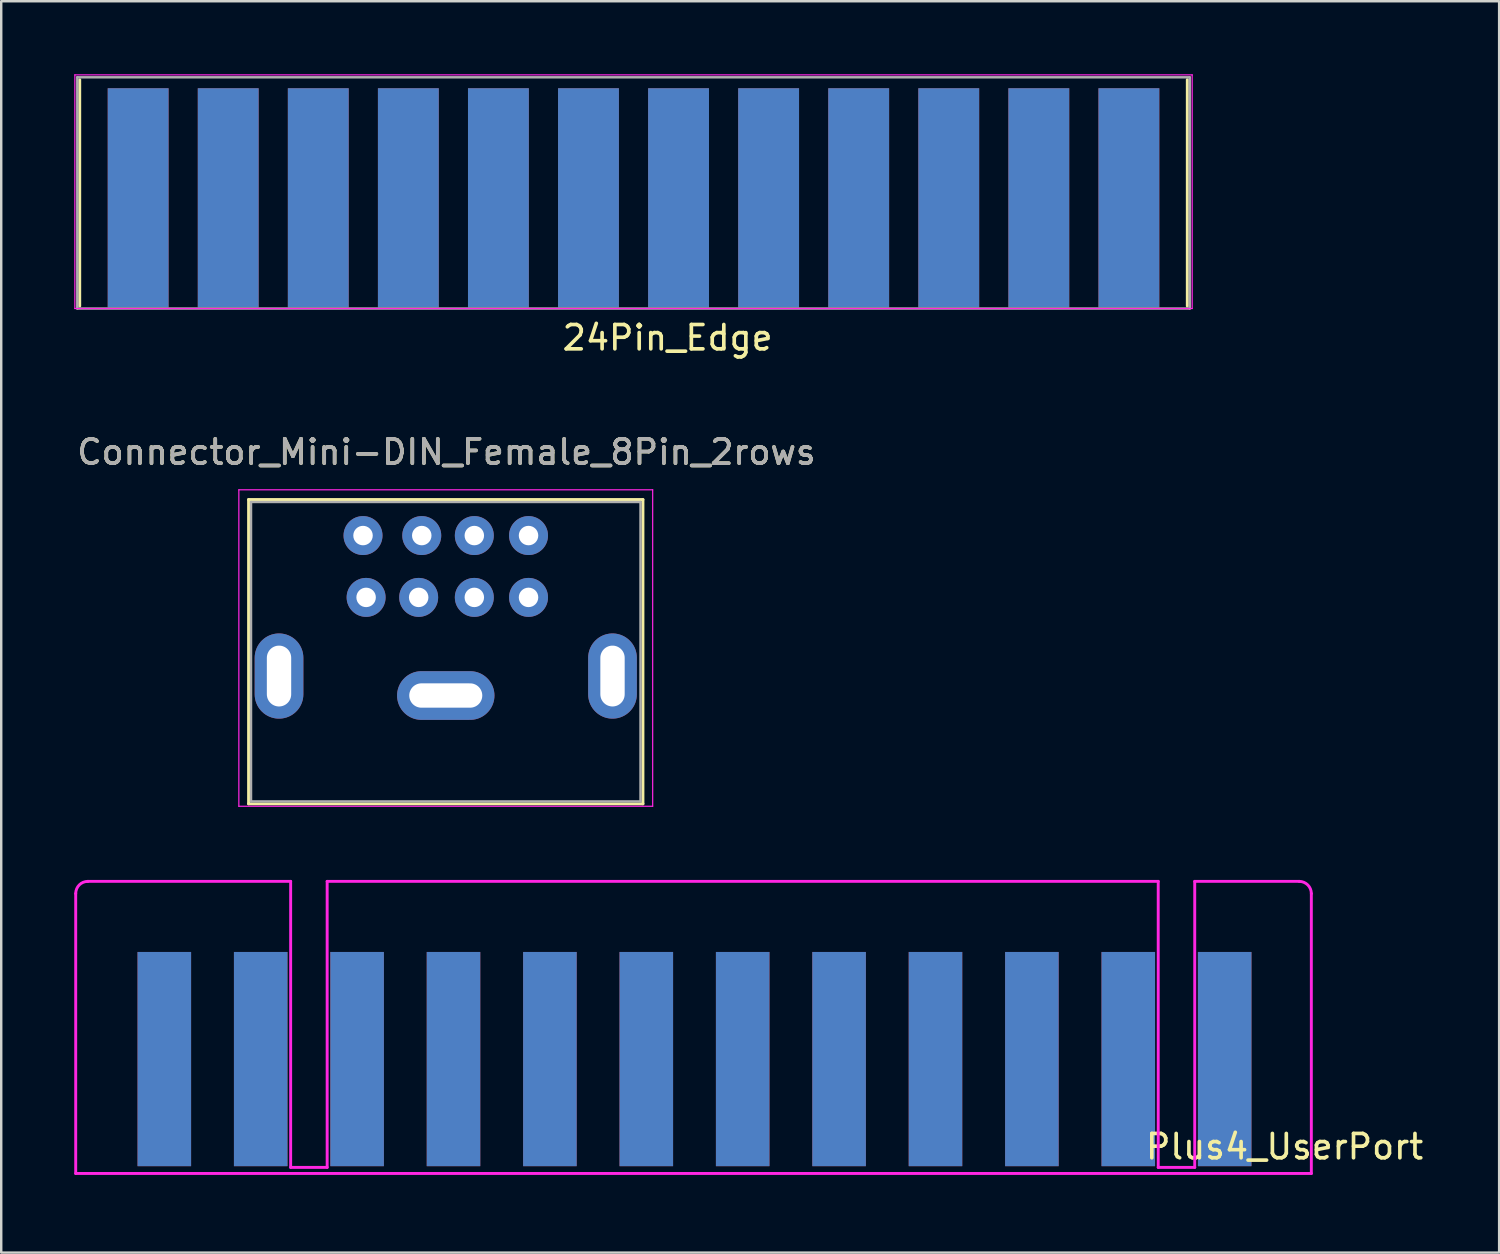
<source format=kicad_pcb>
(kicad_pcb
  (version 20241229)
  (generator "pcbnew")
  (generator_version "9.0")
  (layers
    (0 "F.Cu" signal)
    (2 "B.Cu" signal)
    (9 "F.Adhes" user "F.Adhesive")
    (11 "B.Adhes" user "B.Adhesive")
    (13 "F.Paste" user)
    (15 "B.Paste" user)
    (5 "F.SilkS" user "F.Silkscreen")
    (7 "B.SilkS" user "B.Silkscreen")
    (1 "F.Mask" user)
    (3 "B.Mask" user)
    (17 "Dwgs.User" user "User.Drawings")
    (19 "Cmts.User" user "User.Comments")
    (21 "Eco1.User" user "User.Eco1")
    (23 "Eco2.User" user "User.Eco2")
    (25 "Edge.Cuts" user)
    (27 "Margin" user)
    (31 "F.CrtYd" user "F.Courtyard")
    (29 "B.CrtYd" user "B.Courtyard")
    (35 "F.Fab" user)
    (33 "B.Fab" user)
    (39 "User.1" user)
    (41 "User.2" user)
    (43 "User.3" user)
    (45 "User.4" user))
  (footprint "24Pin_Edge"
    (layer "F.Cu")
    (at 43.125 5.825)
    (property "Reference" "24Pin_Edge" (at -18.75 5 0) (layer "F.SilkS") (effects (font (size 1 1) (thickness 0.15))))
    (attr exclude_from_pos_files exclude_from_bom)
    (fp_line (start -42.9 3.7) (end -42.9 -5.6) (stroke (width 0.12) (type solid)) (layer "F.SilkS"))
    (fp_line (start 2.6 3.7) (end 2.6 -5.6) (stroke (width 0.12) (type solid)) (layer "F.SilkS"))
    (fp_line (start -43.1 -5.8) (end -43.1 3.8) (stroke (width 0.05) (type solid)) (layer "F.CrtYd"))
    (fp_line (start -43.1 -5.8) (end 2.8 -5.8) (stroke (width 0.05) (type solid)) (layer "F.CrtYd"))
    (fp_line (start 2.8 3.8) (end -43.1 3.8) (stroke (width 0.05) (type solid)) (layer "F.CrtYd"))
    (fp_line (start 2.8 3.8) (end 2.8 -5.8) (stroke (width 0.05) (type solid)) (layer "F.CrtYd"))
    (fp_line (start -43 -5.7) (end 2.7 -5.7) (stroke (width 0.1) (type solid)) (layer "F.Fab"))
    (fp_line (start -43 3.8) (end -43 -5.7) (stroke (width 0.1) (type solid)) (layer "F.Fab"))
    (fp_line (start 2.7 -5.7) (end 2.7 3.8) (stroke (width 0.1) (type solid)) (layer "F.Fab"))
    (fp_line (start 2.7 3.8) (end -43 3.8) (stroke (width 0.1) (type solid)) (layer "F.Fab"))
    (pad "1" connect rect (at 0.2 -0.75) (size 2.5 9) (layers "F.Cu" "F.Mask"))
    (pad "2" connect rect (at -3.5 -0.75) (size 2.5 9) (layers "F.Cu" "F.Mask"))
    (pad "3" connect rect (at -7.2 -0.75) (size 2.5 9) (layers "F.Cu" "F.Mask"))
    (pad "4" connect rect (at -10.9 -0.75) (size 2.5 9) (layers "F.Cu" "F.Mask"))
    (pad "5" connect rect (at -14.6 -0.75) (size 2.5 9) (layers "F.Cu" "F.Mask"))
    (pad "6" connect rect (at -18.3 -0.75) (size 2.5 9) (layers "F.Cu" "F.Mask"))
    (pad "7" connect rect (at -22 -0.75) (size 2.5 9) (layers "F.Cu" "F.Mask"))
    (pad "8" connect rect (at -25.7 -0.75) (size 2.5 9) (layers "F.Cu" "F.Mask"))
    (pad "9" connect rect (at -29.4 -0.75) (size 2.5 9) (layers "F.Cu" "F.Mask"))
    (pad "10" connect rect (at -33.1 -0.75) (size 2.5 9) (layers "F.Cu" "F.Mask"))
    (pad "11" connect rect (at -36.8 -0.75) (size 2.5 9) (layers "F.Cu" "F.Mask"))
    (pad "12" connect rect (at -40.5 -0.75) (size 2.5 9) (layers "F.Cu" "F.Mask"))
    (pad "A" connect rect (at 0.2 -0.75) (size 2.5 9) (layers "B.Cu" "B.Mask"))
    (pad "B" connect rect (at -3.5 -0.75) (size 2.5 9) (layers "B.Cu" "B.Mask"))
    (pad "C" connect rect (at -7.2 -0.75) (size 2.5 9) (layers "B.Cu" "B.Mask"))
    (pad "D" connect rect (at -10.9 -0.75) (size 2.5 9) (layers "B.Cu" "B.Mask"))
    (pad "E" connect rect (at -14.6 -0.75) (size 2.5 9) (layers "B.Cu" "B.Mask"))
    (pad "F" connect rect (at -18.3 -0.75) (size 2.5 9) (layers "B.Cu" "B.Mask"))
    (pad "H" connect rect (at -22 -0.75) (size 2.5 9) (layers "B.Cu" "B.Mask"))
    (pad "J" connect rect (at -25.7 -0.75) (size 2.5 9) (layers "B.Cu" "B.Mask"))
    (pad "K" connect rect (at -29.4 -0.75) (size 2.5 9) (layers "B.Cu" "B.Mask"))
    (pad "L" connect rect (at -33.1 -0.75) (size 2.5 9) (layers "B.Cu" "B.Mask"))
    (pad "M" connect rect (at -36.8 -0.75) (size 2.5 9) (layers "B.Cu" "B.Mask"))
    (pad "N" connect rect (at -40.5 -0.75) (size 2.5 9) (layers "B.Cu" "B.Mask")))
  (footprint "Connector_Mini-DIN_Female_8Pin_2rows"
    (layer "F.Cu")
    (at 16.562 21.872)
    (property "Reference" "Connector_Mini-DIN_Female_8Pin_2rows" (at -1.27 -6.35 0) (layer "F.SilkS") (effects (font (size 1 1) (thickness 0.15))))
    (attr through_hole)
    (fp_line (start -9.4 -4.4) (end -9.4 8.1) (stroke (width 0.12) (type solid)) (layer "F.SilkS"))
    (fp_line (start -9.4 -4.4) (end 6.8 -4.4) (stroke (width 0.12) (type solid)) (layer "F.SilkS"))
    (fp_line (start -9.4 8.1) (end 6.8 8.1) (stroke (width 0.12) (type solid)) (layer "F.SilkS"))
    (fp_line (start 6.8 -4.4) (end 6.8 8.1) (stroke (width 0.12) (type solid)) (layer "F.SilkS"))
    (fp_line (start -9.8 -4.8) (end -9.8 8.2) (stroke (width 0.05) (type solid)) (layer "F.CrtYd"))
    (fp_line (start -9.8 -4.8) (end 7.2 -4.8) (stroke (width 0.05) (type solid)) (layer "F.CrtYd"))
    (fp_line (start 7.2 8.2) (end -9.8 8.2) (stroke (width 0.05) (type solid)) (layer "F.CrtYd"))
    (fp_line (start 7.2 8.2) (end 7.2 -4.8) (stroke (width 0.05) (type solid)) (layer "F.CrtYd"))
    (fp_line (start -9.3 -4.3) (end 6.7 -4.3) (stroke (width 0.1) (type solid)) (layer "F.Fab"))
    (fp_line (start -9.3 8) (end -9.3 -4.3) (stroke (width 0.1) (type solid)) (layer "F.Fab"))
    (fp_line (start 6.7 -4.3) (end 6.7 8) (stroke (width 0.1) (type solid)) (layer "F.Fab"))
    (fp_line (start 6.7 8) (end -9.3 8) (stroke (width 0.1) (type solid)) (layer "F.Fab"))
    (fp_text user "${REFERENCE}" (at -1.27 -6.35 0) (layer "F.Fab") (effects (font (size 1 1) (thickness 0.15))))
    (pad "0" thru_hole oval (at -8.15 2.85) (size 2 3.5) (drill oval 1 2.5) (layers "*.Cu" "*.Mask"))
    (pad "0" thru_hole oval (at -1.3 3.65) (size 4 2) (drill oval 3 1) (layers "*.Cu" "*.Mask"))
    (pad "0" thru_hole oval (at 5.55 2.85) (size 2 3.5) (drill oval 1 2.5) (layers "*.Cu" "*.Mask"))
    (pad "1" thru_hole circle (at -0.127 -0.381) (size 1.6 1.6) (drill 0.8) (layers "*.Cu" "*.Mask"))
    (pad "2" thru_hole circle (at -2.413 -0.381) (size 1.6 1.6) (drill 0.8) (layers "*.Cu" "*.Mask"))
    (pad "3" thru_hole circle (at 2.1 -0.381) (size 1.6 1.6) (drill 0.8) (layers "*.Cu" "*.Mask"))
    (pad "4" thru_hole circle (at -0.127 -2.921) (size 1.6 1.6) (drill 0.8) (layers "*.Cu" "*.Mask"))
    (pad "5" thru_hole circle (at -4.572 -0.381) (size 1.6 1.6) (drill 0.8) (layers "*.Cu" "*.Mask"))
    (pad "6" thru_hole circle (at 2.1 -2.921) (size 1.6 1.6) (drill 0.8) (layers "*.Cu" "*.Mask"))
    (pad "7" thru_hole circle (at -2.286 -2.921) (size 1.6 1.6) (drill 0.8) (layers "*.Cu" "*.Mask"))
    (pad "8" thru_hole circle (at -4.699 -2.921) (size 1.6 1.6) (drill 0.8) (layers "*.Cu" "*.Mask")))
  (footprint "Plus4_UserPort"
    (layer "F.Cu")
    (at 25.48 45.157)
    (property "Reference" "Plus4_UserPort" (at 24.24 -1.1 0) (layer "F.SilkS") (effects (font (size 1 1) (thickness 0.15))))
    (attr through_hole)
    (fp_line (start -25.42 -11.5) (end -25.42 0) (stroke (width 0.12) (type solid)) (layer "F.CrtYd"))
    (fp_line (start -25.42 0) (end 25.34 0) (stroke (width 0.12) (type solid)) (layer "F.CrtYd"))
    (fp_line (start -16.59 -12) (end -24.92 -12) (stroke (width 0.12) (type solid)) (layer "F.CrtYd"))
    (fp_line (start -16.59 -0.25) (end -16.59 -12) (stroke (width 0.12) (type solid)) (layer "F.CrtYd"))
    (fp_line (start -15.09 -12) (end -15.09 -0.25) (stroke (width 0.12) (type solid)) (layer "F.CrtYd"))
    (fp_line (start -15.09 -0.25) (end -16.59 -0.25) (stroke (width 0.12) (type solid)) (layer "F.CrtYd"))
    (fp_line (start 19.05 -12) (end -15.09 -12) (stroke (width 0.12) (type solid)) (layer "F.CrtYd"))
    (fp_line (start 19.05 -0.25) (end 19.05 -12) (stroke (width 0.12) (type solid)) (layer "F.CrtYd"))
    (fp_line (start 20.55 -12) (end 20.55 -0.25) (stroke (width 0.12) (type solid)) (layer "F.CrtYd"))
    (fp_line (start 20.55 -0.25) (end 19.05 -0.25) (stroke (width 0.12) (type solid)) (layer "F.CrtYd"))
    (fp_line (start 24.84 -12) (end 20.55 -12) (stroke (width 0.12) (type solid)) (layer "F.CrtYd"))
    (fp_line (start 25.34 0) (end 25.34 -11.5) (stroke (width 0.12) (type solid)) (layer "F.CrtYd"))
    (fp_arc (start -25.42 -11.5) (mid -25.273553 -11.853553) (end -24.92 -12) (stroke (width 0.12) (type solid)) (layer "F.CrtYd"))
    (fp_arc (start 24.84 -12) (mid 25.193553 -11.853553) (end 25.34 -11.5) (stroke (width 0.12) (type solid)) (layer "F.CrtYd"))
    (pad "1" smd rect (at 21.78 -4.7) (size 2.2 8.8) (layers "F.Cu" "F.Mask" "F.Paste"))
    (pad "2" smd rect (at 17.82 -4.7) (size 2.2 8.8) (layers "F.Cu" "F.Mask" "F.Paste"))
    (pad "3" smd rect (at 13.86 -4.7) (size 2.2 8.8) (layers "F.Cu" "F.Mask" "F.Paste"))
    (pad "4" smd rect (at 9.9 -4.7) (size 2.2 8.8) (layers "F.Cu" "F.Mask" "F.Paste"))
    (pad "5" smd rect (at 5.94 -4.7) (size 2.2 8.8) (layers "F.Cu" "F.Mask" "F.Paste"))
    (pad "6" smd rect (at 1.98 -4.7) (size 2.2 8.8) (layers "F.Cu" "F.Mask" "F.Paste"))
    (pad "7" smd rect (at -1.98 -4.7) (size 2.2 8.8) (layers "F.Cu" "F.Mask" "F.Paste"))
    (pad "8" smd rect (at -5.94 -4.7) (size 2.2 8.8) (layers "F.Cu" "F.Mask" "F.Paste"))
    (pad "9" smd rect (at -9.9 -4.7) (size 2.2 8.8) (layers "F.Cu" "F.Mask" "F.Paste"))
    (pad "10" smd rect (at -13.86 -4.7) (size 2.2 8.8) (layers "F.Cu" "F.Mask" "F.Paste"))
    (pad "11" smd rect (at -17.82 -4.7) (size 2.2 8.8) (layers "F.Cu" "F.Mask" "F.Paste"))
    (pad "12" smd rect (at -21.78 -4.7) (size 2.2 8.8) (layers "F.Cu" "F.Mask" "F.Paste"))
    (pad "A" smd rect (at 21.78 -4.7) (size 2.2 8.8) (layers "B.Cu" "B.Mask" "B.Paste"))
    (pad "B" smd rect (at 17.82 -4.7) (size 2.2 8.8) (layers "B.Cu" "B.Mask" "B.Paste"))
    (pad "C" smd rect (at 13.86 -4.7) (size 2.2 8.8) (layers "B.Cu" "B.Mask" "B.Paste"))
    (pad "D" smd rect (at 9.9 -4.7) (size 2.2 8.8) (layers "B.Cu" "B.Mask" "B.Paste"))
    (pad "E" smd rect (at 5.94 -4.7) (size 2.2 8.8) (layers "B.Cu" "B.Mask" "B.Paste"))
    (pad "F" smd rect (at 1.98 -4.7) (size 2.2 8.8) (layers "B.Cu" "B.Mask" "B.Paste"))
    (pad "H" smd rect (at -1.98 -4.7) (size 2.2 8.8) (layers "B.Cu" "B.Mask" "B.Paste"))
    (pad "J" smd rect (at -5.94 -4.7) (size 2.2 8.8) (layers "B.Cu" "B.Mask" "B.Paste"))
    (pad "K" smd rect (at -9.9 -4.7) (size 2.2 8.8) (layers "B.Cu" "B.Mask" "B.Paste"))
    (pad "L" smd rect (at -13.86 -4.7) (size 2.2 8.8) (layers "B.Cu" "B.Mask" "B.Paste"))
    (pad "M" smd rect (at -17.82 -4.7) (size 2.2 8.8) (layers "B.Cu" "B.Mask" "B.Paste"))
    (pad "N" smd rect (at -21.78 -4.7) (size 2.2 8.8) (layers "B.Cu" "B.Mask" "B.Paste")))
  (gr_rect
    (start -3 -3)
    (end 58.535 48.407)
    (stroke (width 0.1) (type default))
    (fill no)
    (layer "Edge.Cuts")))
</source>
